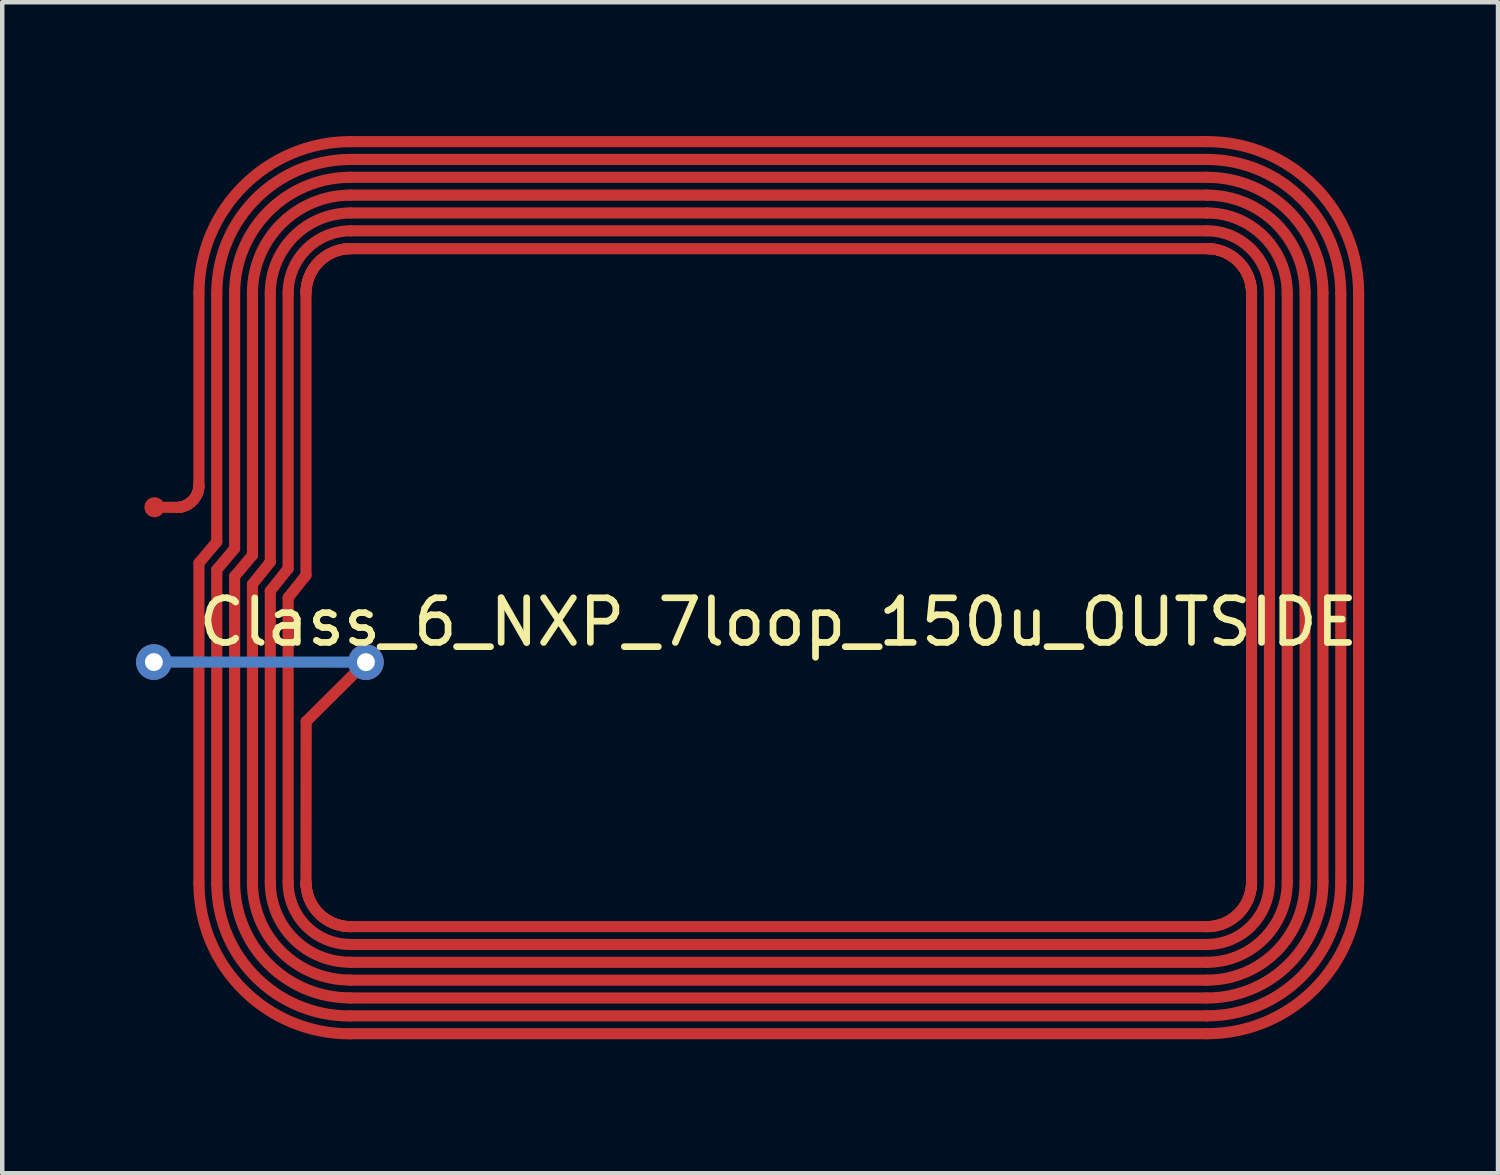
<source format=kicad_pcb>
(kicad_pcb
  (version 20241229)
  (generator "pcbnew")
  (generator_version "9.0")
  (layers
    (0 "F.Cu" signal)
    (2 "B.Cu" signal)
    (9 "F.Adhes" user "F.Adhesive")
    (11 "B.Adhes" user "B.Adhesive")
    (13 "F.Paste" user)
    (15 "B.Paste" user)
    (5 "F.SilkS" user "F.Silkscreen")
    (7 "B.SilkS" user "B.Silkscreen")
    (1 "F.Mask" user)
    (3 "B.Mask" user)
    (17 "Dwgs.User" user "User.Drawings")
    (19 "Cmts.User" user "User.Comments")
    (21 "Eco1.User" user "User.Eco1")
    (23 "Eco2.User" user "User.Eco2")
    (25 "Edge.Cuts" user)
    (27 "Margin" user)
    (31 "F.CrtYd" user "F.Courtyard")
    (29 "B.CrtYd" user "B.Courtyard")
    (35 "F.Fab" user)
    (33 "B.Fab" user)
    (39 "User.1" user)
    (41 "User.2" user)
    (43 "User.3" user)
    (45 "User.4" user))
  (footprint "Class_6_NXP_7loop_150u_OUTSIDE"
    (layer "F.Cu")
    (at 14.4 10.398)
    (property "Reference" "Class_6_NXP_7loop_150u_OUTSIDE" (at 0 0.5 0) (layer "F.SilkS") (effects (font (size 1 1) (thickness 0.15))))
    (attr through_hole)
    (fp_line (start -13.987 -2.076) (end -13.44 -2.073) (stroke (width 0.25) (type solid)) (layer "F.Cu"))
    (fp_line (start -13.446 -2.075) (end -13.425 -2.077) (stroke (width 0.25) (type solid)) (layer "F.Cu"))
    (fp_line (start -13.44 -2.073) (end -13.418 -2.073) (stroke (width 0.25) (type solid)) (layer "F.Cu"))
    (fp_line (start -13.425 -2.077) (end -13.403 -2.081) (stroke (width 0.25) (type solid)) (layer "F.Cu"))
    (fp_line (start -13.418 -2.073) (end -13.396 -2.075) (stroke (width 0.25) (type solid)) (layer "F.Cu"))
    (fp_line (start -13.403 -2.081) (end -13.382 -2.085) (stroke (width 0.25) (type solid)) (layer "F.Cu"))
    (fp_line (start -13.382 -2.085) (end -13.36 -2.09) (stroke (width 0.25) (type solid)) (layer "F.Cu"))
    (fp_line (start -13.36 -2.09) (end -13.34 -2.096) (stroke (width 0.25) (type solid)) (layer "F.Cu"))
    (fp_line (start -13.34 -2.096) (end -13.319 -2.103) (stroke (width 0.25) (type solid)) (layer "F.Cu"))
    (fp_line (start -13.319 -2.103) (end -13.298 -2.111) (stroke (width 0.25) (type solid)) (layer "F.Cu"))
    (fp_line (start -13.298 -2.111) (end -13.279 -2.12) (stroke (width 0.25) (type solid)) (layer "F.Cu"))
    (fp_line (start -13.279 -2.12) (end -13.259 -2.129) (stroke (width 0.25) (type solid)) (layer "F.Cu"))
    (fp_line (start -13.259 -2.129) (end -13.24 -2.14) (stroke (width 0.25) (type solid)) (layer "F.Cu"))
    (fp_line (start -13.24 -2.14) (end -13.221 -2.151) (stroke (width 0.25) (type solid)) (layer "F.Cu"))
    (fp_line (start -13.221 -2.151) (end -13.203 -2.163) (stroke (width 0.25) (type solid)) (layer "F.Cu"))
    (fp_line (start -13.203 -2.163) (end -13.185 -2.176) (stroke (width 0.25) (type solid)) (layer "F.Cu"))
    (fp_line (start -13.185 -2.176) (end -13.168 -2.19) (stroke (width 0.25) (type solid)) (layer "F.Cu"))
    (fp_line (start -13.168 -2.19) (end -13.152 -2.204) (stroke (width 0.25) (type solid)) (layer "F.Cu"))
    (fp_line (start -13.152 -2.204) (end -13.136 -2.22) (stroke (width 0.25) (type solid)) (layer "F.Cu"))
    (fp_line (start -13.136 -2.22) (end -13.121 -2.235) (stroke (width 0.25) (type solid)) (layer "F.Cu"))
    (fp_line (start -13.121 -2.235) (end -13.107 -2.252) (stroke (width 0.25) (type solid)) (layer "F.Cu"))
    (fp_line (start -13.107 -2.252) (end -13.093 -2.269) (stroke (width 0.25) (type solid)) (layer "F.Cu"))
    (fp_line (start -13.093 -2.269) (end -13.08 -2.286) (stroke (width 0.25) (type solid)) (layer "F.Cu"))
    (fp_line (start -13.08 -2.286) (end -13.068 -2.304) (stroke (width 0.25) (type solid)) (layer "F.Cu"))
    (fp_line (start -13.068 -2.304) (end -13.057 -2.323) (stroke (width 0.25) (type solid)) (layer "F.Cu"))
    (fp_line (start -13.057 -2.323) (end -13.046 -2.342) (stroke (width 0.25) (type solid)) (layer "F.Cu"))
    (fp_line (start -13.046 -2.342) (end -13.036 -2.362) (stroke (width 0.25) (type solid)) (layer "F.Cu"))
    (fp_line (start -13.036 -2.362) (end -13.028 -2.382) (stroke (width 0.25) (type solid)) (layer "F.Cu"))
    (fp_line (start -13.028 -2.382) (end -13.02 -2.402) (stroke (width 0.25) (type solid)) (layer "F.Cu"))
    (fp_line (start -13.02 -2.402) (end -13.013 -2.423) (stroke (width 0.25) (type solid)) (layer "F.Cu"))
    (fp_line (start -13.013 -2.423) (end -13.007 -2.444) (stroke (width 0.25) (type solid)) (layer "F.Cu"))
    (fp_line (start -13.007 -2.444) (end -13.002 -2.465) (stroke (width 0.25) (type solid)) (layer "F.Cu"))
    (fp_line (start -13.002 -2.465) (end -12.997 -2.486) (stroke (width 0.25) (type solid)) (layer "F.Cu"))
    (fp_line (start -12.997 -2.486) (end -12.994 -2.508) (stroke (width 0.25) (type solid)) (layer "F.Cu"))
    (fp_line (start -12.994 -2.508) (end -12.992 -2.529) (stroke (width 0.25) (type solid)) (layer "F.Cu"))
    (fp_line (start -12.992 -2.529) (end -12.99 -2.551) (stroke (width 0.25) (type solid)) (layer "F.Cu"))
    (fp_line (start -12.99 -2.551) (end -12.99 -2.573) (stroke (width 0.25) (type solid)) (layer "F.Cu"))
    (fp_line (start -12.99 -6.873) (end -12.99 -2.573) (stroke (width 0.25) (type solid)) (layer "F.Cu"))
    (fp_line (start -12.99 -0.825) (end -12.99 6.35) (stroke (width 0.25) (type solid)) (layer "F.Cu"))
    (fp_line (start -12.99 -0.825) (end -12.59 -1.3) (stroke (width 0.25) (type solid)) (layer "F.Cu"))
    (fp_line (start -12.59 -1.3) (end -12.59 -6.873) (stroke (width 0.25) (type solid)) (layer "F.Cu"))
    (fp_line (start -12.59 -0.675) (end -12.59 6.35) (stroke (width 0.25) (type solid)) (layer "F.Cu"))
    (fp_line (start -12.59 -0.675) (end -12.19 -1.15) (stroke (width 0.25) (type solid)) (layer "F.Cu"))
    (fp_line (start -12.19 -0.525) (end -12.19 6.327) (stroke (width 0.25) (type solid)) (layer "F.Cu"))
    (fp_line (start -12.19 -0.525) (end -11.79 -1) (stroke (width 0.25) (type solid)) (layer "F.Cu"))
    (fp_line (start -12.19 -1.15) (end -12.19 -6.873) (stroke (width 0.25) (type solid)) (layer "F.Cu"))
    (fp_line (start -11.79 -1) (end -11.79 -6.873) (stroke (width 0.25) (type solid)) (layer "F.Cu"))
    (fp_line (start -11.79 -0.35) (end -11.79 6.327) (stroke (width 0.25) (type solid)) (layer "F.Cu"))
    (fp_line (start -11.39 -6.873) (end -11.39 -0.85) (stroke (width 0.25) (type solid)) (layer "F.Cu"))
    (fp_line (start -11.39 -0.85) (end -11.79 -0.35) (stroke (width 0.25) (type solid)) (layer "F.Cu"))
    (fp_line (start -11.39 -0.2) (end -10.99 -0.7) (stroke (width 0.25) (type solid)) (layer "F.Cu"))
    (fp_line (start -11.39 6.327) (end -11.39 -0.2) (stroke (width 0.25) (type solid)) (layer "F.Cu"))
    (fp_line (start -10.99 -0.7) (end -10.99 -6.873) (stroke (width 0.25) (type solid)) (layer "F.Cu"))
    (fp_line (start -10.99 -0.05) (end -10.99 6.327) (stroke (width 0.25) (type solid)) (layer "F.Cu"))
    (fp_line (start -10.59 -6.873) (end -10.59 -0.55) (stroke (width 0.25) (type solid)) (layer "F.Cu"))
    (fp_line (start -10.59 -0.55) (end -10.99 -0.05) (stroke (width 0.25) (type solid)) (layer "F.Cu"))
    (fp_line (start -10.59 6.327) (end -10.589 6.358) (stroke (width 0.25) (type solid)) (layer "F.Cu"))
    (fp_line (start -10.59 6.327) (end -10.586 2.727) (stroke (width 0.25) (type solid)) (layer "F.Cu"))
    (fp_line (start -10.589 -6.904) (end -10.59 -6.873) (stroke (width 0.25) (type solid)) (layer "F.Cu"))
    (fp_line (start -10.589 6.358) (end -10.588 6.39) (stroke (width 0.25) (type solid)) (layer "F.Cu"))
    (fp_line (start -10.588 -6.936) (end -10.589 -6.904) (stroke (width 0.25) (type solid)) (layer "F.Cu"))
    (fp_line (start -10.588 6.39) (end -10.586 6.421) (stroke (width 0.25) (type solid)) (layer "F.Cu"))
    (fp_line (start -10.586 2.727) (end -9.25 1.4) (stroke (width 0.25) (type solid)) (layer "F.Cu"))
    (fp_line (start -10.586 -6.967) (end -10.588 -6.936) (stroke (width 0.25) (type solid)) (layer "F.Cu"))
    (fp_line (start -10.586 6.421) (end -10.582 6.452) (stroke (width 0.25) (type solid)) (layer "F.Cu"))
    (fp_line (start -10.582 -6.998) (end -10.586 -6.967) (stroke (width 0.25) (type solid)) (layer "F.Cu"))
    (fp_line (start -10.582 6.452) (end -10.578 6.483) (stroke (width 0.25) (type solid)) (layer "F.Cu"))
    (fp_line (start -10.578 -7.029) (end -10.582 -6.998) (stroke (width 0.25) (type solid)) (layer "F.Cu"))
    (fp_line (start -10.578 6.483) (end -10.572 6.514) (stroke (width 0.25) (type solid)) (layer "F.Cu"))
    (fp_line (start -10.572 -7.06) (end -10.578 -7.029) (stroke (width 0.25) (type solid)) (layer "F.Cu"))
    (fp_line (start -10.572 6.514) (end -10.566 6.545) (stroke (width 0.25) (type solid)) (layer "F.Cu"))
    (fp_line (start -10.566 -7.091) (end -10.572 -7.06) (stroke (width 0.25) (type solid)) (layer "F.Cu"))
    (fp_line (start -10.566 6.545) (end -10.558 6.576) (stroke (width 0.25) (type solid)) (layer "F.Cu"))
    (fp_line (start -10.558 -7.122) (end -10.566 -7.091) (stroke (width 0.25) (type solid)) (layer "F.Cu"))
    (fp_line (start -10.558 6.576) (end -10.55 6.606) (stroke (width 0.25) (type solid)) (layer "F.Cu"))
    (fp_line (start -10.55 -7.152) (end -10.558 -7.122) (stroke (width 0.25) (type solid)) (layer "F.Cu"))
    (fp_line (start -10.55 6.606) (end -10.541 6.636) (stroke (width 0.25) (type solid)) (layer "F.Cu"))
    (fp_line (start -10.541 -7.182) (end -10.55 -7.152) (stroke (width 0.25) (type solid)) (layer "F.Cu"))
    (fp_line (start -10.541 6.636) (end -10.531 6.666) (stroke (width 0.25) (type solid)) (layer "F.Cu"))
    (fp_line (start -10.531 -7.212) (end -10.541 -7.182) (stroke (width 0.25) (type solid)) (layer "F.Cu"))
    (fp_line (start -10.531 6.666) (end -10.52 6.695) (stroke (width 0.25) (type solid)) (layer "F.Cu"))
    (fp_line (start -10.52 -7.241) (end -10.531 -7.212) (stroke (width 0.25) (type solid)) (layer "F.Cu"))
    (fp_line (start -10.52 6.695) (end -10.508 6.724) (stroke (width 0.25) (type solid)) (layer "F.Cu"))
    (fp_line (start -10.508 -7.27) (end -10.52 -7.241) (stroke (width 0.25) (type solid)) (layer "F.Cu"))
    (fp_line (start -10.508 6.724) (end -10.495 6.753) (stroke (width 0.25) (type solid)) (layer "F.Cu"))
    (fp_line (start -10.495 -7.299) (end -10.508 -7.27) (stroke (width 0.25) (type solid)) (layer "F.Cu"))
    (fp_line (start -10.495 6.753) (end -10.481 6.781) (stroke (width 0.25) (type solid)) (layer "F.Cu"))
    (fp_line (start -10.481 -7.327) (end -10.495 -7.299) (stroke (width 0.25) (type solid)) (layer "F.Cu"))
    (fp_line (start -10.481 6.781) (end -10.466 6.809) (stroke (width 0.25) (type solid)) (layer "F.Cu"))
    (fp_line (start -10.466 -7.355) (end -10.481 -7.327) (stroke (width 0.25) (type solid)) (layer "F.Cu"))
    (fp_line (start -10.466 6.809) (end -10.451 6.836) (stroke (width 0.25) (type solid)) (layer "F.Cu"))
    (fp_line (start -10.451 -7.382) (end -10.466 -7.355) (stroke (width 0.25) (type solid)) (layer "F.Cu"))
    (fp_line (start -10.451 6.836) (end -10.434 6.863) (stroke (width 0.25) (type solid)) (layer "F.Cu"))
    (fp_line (start -10.434 -7.409) (end -10.451 -7.382) (stroke (width 0.25) (type solid)) (layer "F.Cu"))
    (fp_line (start -10.434 6.863) (end -10.417 6.889) (stroke (width 0.25) (type solid)) (layer "F.Cu"))
    (fp_line (start -10.417 -7.435) (end -10.434 -7.409) (stroke (width 0.25) (type solid)) (layer "F.Cu"))
    (fp_line (start -10.417 6.889) (end -10.399 6.915) (stroke (width 0.25) (type solid)) (layer "F.Cu"))
    (fp_line (start -10.399 -7.461) (end -10.417 -7.435) (stroke (width 0.25) (type solid)) (layer "F.Cu"))
    (fp_line (start -10.399 6.915) (end -10.38 6.94) (stroke (width 0.25) (type solid)) (layer "F.Cu"))
    (fp_line (start -10.38 -7.486) (end -10.399 -7.461) (stroke (width 0.25) (type solid)) (layer "F.Cu"))
    (fp_line (start -10.38 6.94) (end -10.361 6.965) (stroke (width 0.25) (type solid)) (layer "F.Cu"))
    (fp_line (start -10.361 -7.51) (end -10.38 -7.486) (stroke (width 0.25) (type solid)) (layer "F.Cu"))
    (fp_line (start -10.361 6.965) (end -10.34 6.988) (stroke (width 0.25) (type solid)) (layer "F.Cu"))
    (fp_line (start -10.34 -7.534) (end -10.361 -7.51) (stroke (width 0.25) (type solid)) (layer "F.Cu"))
    (fp_line (start -10.34 6.988) (end -10.319 7.012) (stroke (width 0.25) (type solid)) (layer "F.Cu"))
    (fp_line (start -10.319 -7.557) (end -10.34 -7.534) (stroke (width 0.25) (type solid)) (layer "F.Cu"))
    (fp_line (start -10.319 7.012) (end -10.297 7.034) (stroke (width 0.25) (type solid)) (layer "F.Cu"))
    (fp_line (start -10.297 -7.58) (end -10.319 -7.557) (stroke (width 0.25) (type solid)) (layer "F.Cu"))
    (fp_line (start -10.297 7.034) (end -10.274 7.056) (stroke (width 0.25) (type solid)) (layer "F.Cu"))
    (fp_line (start -10.274 -7.602) (end -10.297 -7.58) (stroke (width 0.25) (type solid)) (layer "F.Cu"))
    (fp_line (start -10.274 7.056) (end -10.251 7.077) (stroke (width 0.25) (type solid)) (layer "F.Cu"))
    (fp_line (start -10.251 -7.623) (end -10.274 -7.602) (stroke (width 0.25) (type solid)) (layer "F.Cu"))
    (fp_line (start -10.251 7.077) (end -10.228 7.098) (stroke (width 0.25) (type solid)) (layer "F.Cu"))
    (fp_line (start -10.228 -7.644) (end -10.251 -7.623) (stroke (width 0.25) (type solid)) (layer "F.Cu"))
    (fp_line (start -10.228 7.098) (end -10.203 7.117) (stroke (width 0.25) (type solid)) (layer "F.Cu"))
    (fp_line (start -10.203 -7.663) (end -10.228 -7.644) (stroke (width 0.25) (type solid)) (layer "F.Cu"))
    (fp_line (start -10.203 7.117) (end -10.178 7.136) (stroke (width 0.25) (type solid)) (layer "F.Cu"))
    (fp_line (start -10.178 -7.682) (end -10.203 -7.663) (stroke (width 0.25) (type solid)) (layer "F.Cu"))
    (fp_line (start -10.178 7.136) (end -10.152 7.154) (stroke (width 0.25) (type solid)) (layer "F.Cu"))
    (fp_line (start -10.152 -7.7) (end -10.178 -7.682) (stroke (width 0.25) (type solid)) (layer "F.Cu"))
    (fp_line (start -10.152 7.154) (end -10.126 7.171) (stroke (width 0.25) (type solid)) (layer "F.Cu"))
    (fp_line (start -10.126 -7.717) (end -10.152 -7.7) (stroke (width 0.25) (type solid)) (layer "F.Cu"))
    (fp_line (start -10.126 7.171) (end -10.099 7.188) (stroke (width 0.25) (type solid)) (layer "F.Cu"))
    (fp_line (start -10.099 -7.734) (end -10.126 -7.717) (stroke (width 0.25) (type solid)) (layer "F.Cu"))
    (fp_line (start -10.099 7.188) (end -10.072 7.203) (stroke (width 0.25) (type solid)) (layer "F.Cu"))
    (fp_line (start -10.072 -7.749) (end -10.099 -7.734) (stroke (width 0.25) (type solid)) (layer "F.Cu"))
    (fp_line (start -10.072 7.203) (end -10.044 7.218) (stroke (width 0.25) (type solid)) (layer "F.Cu"))
    (fp_line (start -10.044 -7.764) (end -10.072 -7.749) (stroke (width 0.25) (type solid)) (layer "F.Cu"))
    (fp_line (start -10.044 7.218) (end -10.016 7.232) (stroke (width 0.25) (type solid)) (layer "F.Cu"))
    (fp_line (start -10.016 -7.778) (end -10.044 -7.764) (stroke (width 0.25) (type solid)) (layer "F.Cu"))
    (fp_line (start -10.016 7.232) (end -9.987 7.245) (stroke (width 0.25) (type solid)) (layer "F.Cu"))
    (fp_line (start -9.987 -7.791) (end -10.016 -7.778) (stroke (width 0.25) (type solid)) (layer "F.Cu"))
    (fp_line (start -9.987 7.245) (end -9.958 7.257) (stroke (width 0.25) (type solid)) (layer "F.Cu"))
    (fp_line (start -9.958 -7.803) (end -9.987 -7.791) (stroke (width 0.25) (type solid)) (layer "F.Cu"))
    (fp_line (start -9.958 7.257) (end -9.929 7.268) (stroke (width 0.25) (type solid)) (layer "F.Cu"))
    (fp_line (start -9.929 -7.814) (end -9.958 -7.803) (stroke (width 0.25) (type solid)) (layer "F.Cu"))
    (fp_line (start -9.929 7.268) (end -9.899 7.278) (stroke (width 0.25) (type solid)) (layer "F.Cu"))
    (fp_line (start -9.899 -7.824) (end -9.929 -7.814) (stroke (width 0.25) (type solid)) (layer "F.Cu"))
    (fp_line (start -9.899 7.278) (end -9.869 7.287) (stroke (width 0.25) (type solid)) (layer "F.Cu"))
    (fp_line (start -9.869 -7.833) (end -9.899 -7.824) (stroke (width 0.25) (type solid)) (layer "F.Cu"))
    (fp_line (start -9.869 7.287) (end -9.839 7.295) (stroke (width 0.25) (type solid)) (layer "F.Cu"))
    (fp_line (start -9.839 -7.841) (end -9.869 -7.833) (stroke (width 0.25) (type solid)) (layer "F.Cu"))
    (fp_line (start -9.839 7.295) (end -9.808 7.303) (stroke (width 0.25) (type solid)) (layer "F.Cu"))
    (fp_line (start -9.808 -7.849) (end -9.839 -7.841) (stroke (width 0.25) (type solid)) (layer "F.Cu"))
    (fp_line (start -9.808 7.303) (end -9.777 7.309) (stroke (width 0.25) (type solid)) (layer "F.Cu"))
    (fp_line (start -9.777 -7.855) (end -9.808 -7.849) (stroke (width 0.25) (type solid)) (layer "F.Cu"))
    (fp_line (start -9.777 7.309) (end -9.746 7.315) (stroke (width 0.25) (type solid)) (layer "F.Cu"))
    (fp_line (start -9.746 -7.861) (end -9.777 -7.855) (stroke (width 0.25) (type solid)) (layer "F.Cu"))
    (fp_line (start -9.746 7.315) (end -9.715 7.319) (stroke (width 0.25) (type solid)) (layer "F.Cu"))
    (fp_line (start -9.715 -7.865) (end -9.746 -7.861) (stroke (width 0.25) (type solid)) (layer "F.Cu"))
    (fp_line (start -9.715 7.319) (end -9.684 7.323) (stroke (width 0.25) (type solid)) (layer "F.Cu"))
    (fp_line (start -9.684 -7.869) (end -9.715 -7.865) (stroke (width 0.25) (type solid)) (layer "F.Cu"))
    (fp_line (start -9.684 7.323) (end -9.653 7.325) (stroke (width 0.25) (type solid)) (layer "F.Cu"))
    (fp_line (start -9.653 -7.871) (end -9.684 -7.869) (stroke (width 0.25) (type solid)) (layer "F.Cu"))
    (fp_line (start -9.653 7.325) (end -9.621 7.326) (stroke (width 0.25) (type solid)) (layer "F.Cu"))
    (fp_line (start -9.621 -7.872) (end -9.653 -7.871) (stroke (width 0.25) (type solid)) (layer "F.Cu"))
    (fp_line (start -9.621 7.326) (end -9.59 7.327) (stroke (width 0.25) (type solid)) (layer "F.Cu"))
    (fp_line (start -9.61 8.927) (end 9.61 8.927) (stroke (width 0.25) (type solid)) (layer "F.Cu"))
    (fp_line (start -9.61 9.727) (end 9.6 9.727) (stroke (width 0.25) (type solid)) (layer "F.Cu"))
    (fp_line (start -9.6 9.327) (end 9.61 9.327) (stroke (width 0.25) (type solid)) (layer "F.Cu"))
    (fp_line (start -9.59 -9.073) (end 9.61 -9.073) (stroke (width 0.25) (type solid)) (layer "F.Cu"))
    (fp_line (start -9.59 -8.273) (end 9.61 -8.273) (stroke (width 0.25) (type solid)) (layer "F.Cu"))
    (fp_line (start -9.59 -7.873) (end -9.621 -7.872) (stroke (width 0.25) (type solid)) (layer "F.Cu"))
    (fp_line (start -9.59 7.327) (end 9.61 7.327) (stroke (width 0.25) (type solid)) (layer "F.Cu"))
    (fp_line (start -9.59 8.127) (end 9.61 8.127) (stroke (width 0.25) (type solid)) (layer "F.Cu"))
    (fp_line (start 9.61 -10.273) (end -9.59 -10.273) (stroke (width 0.25) (type solid)) (layer "F.Cu"))
    (fp_line (start 9.61 -9.873) (end -9.59 -9.873) (stroke (width 0.25) (type solid)) (layer "F.Cu"))
    (fp_line (start 9.61 -9.473) (end -9.59 -9.473) (stroke (width 0.25) (type solid)) (layer "F.Cu"))
    (fp_line (start 9.61 -8.673) (end -9.59 -8.673) (stroke (width 0.25) (type solid)) (layer "F.Cu"))
    (fp_line (start 9.61 -7.873) (end -9.59 -7.873) (stroke (width 0.25) (type solid)) (layer "F.Cu"))
    (fp_line (start 9.61 7.327) (end 9.641 7.326) (stroke (width 0.25) (type solid)) (layer "F.Cu"))
    (fp_line (start 9.61 7.727) (end -9.59 7.727) (stroke (width 0.25) (type solid)) (layer "F.Cu"))
    (fp_line (start 9.61 8.527) (end -9.59 8.527) (stroke (width 0.25) (type solid)) (layer "F.Cu"))
    (fp_line (start 9.641 -7.872) (end 9.61 -7.873) (stroke (width 0.25) (type solid)) (layer "F.Cu"))
    (fp_line (start 9.641 7.326) (end 9.673 7.325) (stroke (width 0.25) (type solid)) (layer "F.Cu"))
    (fp_line (start 9.673 -7.871) (end 9.641 -7.872) (stroke (width 0.25) (type solid)) (layer "F.Cu"))
    (fp_line (start 9.673 7.325) (end 9.704 7.323) (stroke (width 0.25) (type solid)) (layer "F.Cu"))
    (fp_line (start 9.704 -7.869) (end 9.673 -7.871) (stroke (width 0.25) (type solid)) (layer "F.Cu"))
    (fp_line (start 9.704 7.323) (end 9.735 7.319) (stroke (width 0.25) (type solid)) (layer "F.Cu"))
    (fp_line (start 9.735 -7.865) (end 9.704 -7.869) (stroke (width 0.25) (type solid)) (layer "F.Cu"))
    (fp_line (start 9.735 7.319) (end 9.766 7.315) (stroke (width 0.25) (type solid)) (layer "F.Cu"))
    (fp_line (start 9.766 -7.861) (end 9.735 -7.865) (stroke (width 0.25) (type solid)) (layer "F.Cu"))
    (fp_line (start 9.766 7.315) (end 9.797 7.309) (stroke (width 0.25) (type solid)) (layer "F.Cu"))
    (fp_line (start 9.797 -7.855) (end 9.766 -7.861) (stroke (width 0.25) (type solid)) (layer "F.Cu"))
    (fp_line (start 9.797 7.309) (end 9.828 7.303) (stroke (width 0.25) (type solid)) (layer "F.Cu"))
    (fp_line (start 9.828 -7.849) (end 9.797 -7.855) (stroke (width 0.25) (type solid)) (layer "F.Cu"))
    (fp_line (start 9.828 7.303) (end 9.859 7.295) (stroke (width 0.25) (type solid)) (layer "F.Cu"))
    (fp_line (start 9.859 -7.841) (end 9.828 -7.849) (stroke (width 0.25) (type solid)) (layer "F.Cu"))
    (fp_line (start 9.859 7.295) (end 9.889 7.287) (stroke (width 0.25) (type solid)) (layer "F.Cu"))
    (fp_line (start 9.889 -7.833) (end 9.859 -7.841) (stroke (width 0.25) (type solid)) (layer "F.Cu"))
    (fp_line (start 9.889 7.287) (end 9.919 7.278) (stroke (width 0.25) (type solid)) (layer "F.Cu"))
    (fp_line (start 9.919 -7.824) (end 9.889 -7.833) (stroke (width 0.25) (type solid)) (layer "F.Cu"))
    (fp_line (start 9.919 7.278) (end 9.949 7.268) (stroke (width 0.25) (type solid)) (layer "F.Cu"))
    (fp_line (start 9.949 -7.814) (end 9.919 -7.824) (stroke (width 0.25) (type solid)) (layer "F.Cu"))
    (fp_line (start 9.949 7.268) (end 9.978 7.257) (stroke (width 0.25) (type solid)) (layer "F.Cu"))
    (fp_line (start 9.978 -7.803) (end 9.949 -7.814) (stroke (width 0.25) (type solid)) (layer "F.Cu"))
    (fp_line (start 9.978 7.257) (end 10.007 7.245) (stroke (width 0.25) (type solid)) (layer "F.Cu"))
    (fp_line (start 10.007 -7.791) (end 9.978 -7.803) (stroke (width 0.25) (type solid)) (layer "F.Cu"))
    (fp_line (start 10.007 7.245) (end 10.036 7.232) (stroke (width 0.25) (type solid)) (layer "F.Cu"))
    (fp_line (start 10.036 -7.778) (end 10.007 -7.791) (stroke (width 0.25) (type solid)) (layer "F.Cu"))
    (fp_line (start 10.036 7.232) (end 10.064 7.218) (stroke (width 0.25) (type solid)) (layer "F.Cu"))
    (fp_line (start 10.064 -7.764) (end 10.036 -7.778) (stroke (width 0.25) (type solid)) (layer "F.Cu"))
    (fp_line (start 10.064 7.218) (end 10.092 7.203) (stroke (width 0.25) (type solid)) (layer "F.Cu"))
    (fp_line (start 10.092 -7.749) (end 10.064 -7.764) (stroke (width 0.25) (type solid)) (layer "F.Cu"))
    (fp_line (start 10.092 7.203) (end 10.119 7.188) (stroke (width 0.25) (type solid)) (layer "F.Cu"))
    (fp_line (start 10.119 -7.734) (end 10.092 -7.749) (stroke (width 0.25) (type solid)) (layer "F.Cu"))
    (fp_line (start 10.119 7.188) (end 10.146 7.171) (stroke (width 0.25) (type solid)) (layer "F.Cu"))
    (fp_line (start 10.146 -7.717) (end 10.119 -7.734) (stroke (width 0.25) (type solid)) (layer "F.Cu"))
    (fp_line (start 10.146 7.171) (end 10.172 7.154) (stroke (width 0.25) (type solid)) (layer "F.Cu"))
    (fp_line (start 10.172 -7.7) (end 10.146 -7.717) (stroke (width 0.25) (type solid)) (layer "F.Cu"))
    (fp_line (start 10.172 7.154) (end 10.198 7.136) (stroke (width 0.25) (type solid)) (layer "F.Cu"))
    (fp_line (start 10.198 -7.682) (end 10.172 -7.7) (stroke (width 0.25) (type solid)) (layer "F.Cu"))
    (fp_line (start 10.198 7.136) (end 10.223 7.117) (stroke (width 0.25) (type solid)) (layer "F.Cu"))
    (fp_line (start 10.223 -7.663) (end 10.198 -7.682) (stroke (width 0.25) (type solid)) (layer "F.Cu"))
    (fp_line (start 10.223 7.117) (end 10.247 7.098) (stroke (width 0.25) (type solid)) (layer "F.Cu"))
    (fp_line (start 10.247 -7.644) (end 10.223 -7.663) (stroke (width 0.25) (type solid)) (layer "F.Cu"))
    (fp_line (start 10.247 7.098) (end 10.271 7.077) (stroke (width 0.25) (type solid)) (layer "F.Cu"))
    (fp_line (start 10.271 -7.623) (end 10.247 -7.644) (stroke (width 0.25) (type solid)) (layer "F.Cu"))
    (fp_line (start 10.271 7.077) (end 10.294 7.056) (stroke (width 0.25) (type solid)) (layer "F.Cu"))
    (fp_line (start 10.294 -7.602) (end 10.271 -7.623) (stroke (width 0.25) (type solid)) (layer "F.Cu"))
    (fp_line (start 10.294 7.056) (end 10.317 7.034) (stroke (width 0.25) (type solid)) (layer "F.Cu"))
    (fp_line (start 10.317 -7.58) (end 10.294 -7.602) (stroke (width 0.25) (type solid)) (layer "F.Cu"))
    (fp_line (start 10.317 7.034) (end 10.339 7.012) (stroke (width 0.25) (type solid)) (layer "F.Cu"))
    (fp_line (start 10.339 -7.557) (end 10.317 -7.58) (stroke (width 0.25) (type solid)) (layer "F.Cu"))
    (fp_line (start 10.339 7.012) (end 10.36 6.988) (stroke (width 0.25) (type solid)) (layer "F.Cu"))
    (fp_line (start 10.36 -7.534) (end 10.339 -7.557) (stroke (width 0.25) (type solid)) (layer "F.Cu"))
    (fp_line (start 10.36 6.988) (end 10.381 6.965) (stroke (width 0.25) (type solid)) (layer "F.Cu"))
    (fp_line (start 10.381 -7.51) (end 10.36 -7.534) (stroke (width 0.25) (type solid)) (layer "F.Cu"))
    (fp_line (start 10.381 6.965) (end 10.4 6.94) (stroke (width 0.25) (type solid)) (layer "F.Cu"))
    (fp_line (start 10.4 -7.486) (end 10.381 -7.51) (stroke (width 0.25) (type solid)) (layer "F.Cu"))
    (fp_line (start 10.4 6.94) (end 10.419 6.915) (stroke (width 0.25) (type solid)) (layer "F.Cu"))
    (fp_line (start 10.419 -7.461) (end 10.4 -7.486) (stroke (width 0.25) (type solid)) (layer "F.Cu"))
    (fp_line (start 10.419 6.915) (end 10.437 6.889) (stroke (width 0.25) (type solid)) (layer "F.Cu"))
    (fp_line (start 10.437 -7.435) (end 10.419 -7.461) (stroke (width 0.25) (type solid)) (layer "F.Cu"))
    (fp_line (start 10.437 6.889) (end 10.454 6.863) (stroke (width 0.25) (type solid)) (layer "F.Cu"))
    (fp_line (start 10.454 -7.409) (end 10.437 -7.435) (stroke (width 0.25) (type solid)) (layer "F.Cu"))
    (fp_line (start 10.454 6.863) (end 10.471 6.836) (stroke (width 0.25) (type solid)) (layer "F.Cu"))
    (fp_line (start 10.471 -7.382) (end 10.454 -7.409) (stroke (width 0.25) (type solid)) (layer "F.Cu"))
    (fp_line (start 10.471 6.836) (end 10.486 6.809) (stroke (width 0.25) (type solid)) (layer "F.Cu"))
    (fp_line (start 10.486 -7.355) (end 10.471 -7.382) (stroke (width 0.25) (type solid)) (layer "F.Cu"))
    (fp_line (start 10.486 6.809) (end 10.501 6.781) (stroke (width 0.25) (type solid)) (layer "F.Cu"))
    (fp_line (start 10.501 -7.327) (end 10.486 -7.355) (stroke (width 0.25) (type solid)) (layer "F.Cu"))
    (fp_line (start 10.501 6.781) (end 10.515 6.753) (stroke (width 0.25) (type solid)) (layer "F.Cu"))
    (fp_line (start 10.515 -7.299) (end 10.501 -7.327) (stroke (width 0.25) (type solid)) (layer "F.Cu"))
    (fp_line (start 10.515 6.753) (end 10.528 6.724) (stroke (width 0.25) (type solid)) (layer "F.Cu"))
    (fp_line (start 10.528 -7.27) (end 10.515 -7.299) (stroke (width 0.25) (type solid)) (layer "F.Cu"))
    (fp_line (start 10.528 6.724) (end 10.54 6.695) (stroke (width 0.25) (type solid)) (layer "F.Cu"))
    (fp_line (start 10.54 -7.241) (end 10.528 -7.27) (stroke (width 0.25) (type solid)) (layer "F.Cu"))
    (fp_line (start 10.54 6.695) (end 10.551 6.666) (stroke (width 0.25) (type solid)) (layer "F.Cu"))
    (fp_line (start 10.551 -7.212) (end 10.54 -7.241) (stroke (width 0.25) (type solid)) (layer "F.Cu"))
    (fp_line (start 10.551 6.666) (end 10.561 6.636) (stroke (width 0.25) (type solid)) (layer "F.Cu"))
    (fp_line (start 10.561 -7.182) (end 10.551 -7.212) (stroke (width 0.25) (type solid)) (layer "F.Cu"))
    (fp_line (start 10.561 6.636) (end 10.57 6.606) (stroke (width 0.25) (type solid)) (layer "F.Cu"))
    (fp_line (start 10.57 -7.152) (end 10.561 -7.182) (stroke (width 0.25) (type solid)) (layer "F.Cu"))
    (fp_line (start 10.57 6.606) (end 10.578 6.576) (stroke (width 0.25) (type solid)) (layer "F.Cu"))
    (fp_line (start 10.578 -7.122) (end 10.57 -7.152) (stroke (width 0.25) (type solid)) (layer "F.Cu"))
    (fp_line (start 10.578 6.576) (end 10.586 6.545) (stroke (width 0.25) (type solid)) (layer "F.Cu"))
    (fp_line (start 10.586 -7.091) (end 10.578 -7.122) (stroke (width 0.25) (type solid)) (layer "F.Cu"))
    (fp_line (start 10.586 6.545) (end 10.592 6.514) (stroke (width 0.25) (type solid)) (layer "F.Cu"))
    (fp_line (start 10.592 -7.06) (end 10.586 -7.091) (stroke (width 0.25) (type solid)) (layer "F.Cu"))
    (fp_line (start 10.592 6.514) (end 10.598 6.483) (stroke (width 0.25) (type solid)) (layer "F.Cu"))
    (fp_line (start 10.598 -7.029) (end 10.592 -7.06) (stroke (width 0.25) (type solid)) (layer "F.Cu"))
    (fp_line (start 10.598 6.483) (end 10.602 6.452) (stroke (width 0.25) (type solid)) (layer "F.Cu"))
    (fp_line (start 10.602 -6.998) (end 10.598 -7.029) (stroke (width 0.25) (type solid)) (layer "F.Cu"))
    (fp_line (start 10.602 6.452) (end 10.606 6.421) (stroke (width 0.25) (type solid)) (layer "F.Cu"))
    (fp_line (start 10.606 -6.967) (end 10.602 -6.998) (stroke (width 0.25) (type solid)) (layer "F.Cu"))
    (fp_line (start 10.606 6.421) (end 10.608 6.39) (stroke (width 0.25) (type solid)) (layer "F.Cu"))
    (fp_line (start 10.608 -6.936) (end 10.606 -6.967) (stroke (width 0.25) (type solid)) (layer "F.Cu"))
    (fp_line (start 10.608 6.39) (end 10.609 6.358) (stroke (width 0.25) (type solid)) (layer "F.Cu"))
    (fp_line (start 10.609 -6.904) (end 10.608 -6.936) (stroke (width 0.25) (type solid)) (layer "F.Cu"))
    (fp_line (start 10.609 6.358) (end 10.61 6.327) (stroke (width 0.25) (type solid)) (layer "F.Cu"))
    (fp_line (start 10.61 -6.873) (end 10.609 -6.904) (stroke (width 0.25) (type solid)) (layer "F.Cu"))
    (fp_line (start 10.61 6.327) (end 10.61 -6.873) (stroke (width 0.25) (type solid)) (layer "F.Cu"))
    (fp_line (start 11.01 -6.873) (end 11.01 6.327) (stroke (width 0.25) (type solid)) (layer "F.Cu"))
    (fp_line (start 11.41 6.327) (end 11.41 -6.873) (stroke (width 0.25) (type solid)) (layer "F.Cu"))
    (fp_line (start 11.81 -6.873) (end 11.81 6.327) (stroke (width 0.25) (type solid)) (layer "F.Cu"))
    (fp_line (start 12.21 6.327) (end 12.21 -6.873) (stroke (width 0.25) (type solid)) (layer "F.Cu"))
    (fp_line (start 12.61 6.327) (end 12.61 -6.873) (stroke (width 0.25) (type solid)) (layer "F.Cu"))
    (fp_line (start 13.01 6.327) (end 13.01 -6.873) (stroke (width 0.25) (type solid)) (layer "F.Cu"))
    (fp_arc (start -12.99002 -6.87288) (mid -11.994168 -9.277078) (end -9.58997 -10.27293) (stroke (width 0.24994) (type solid)) (layer "F.Cu"))
    (fp_arc (start -12.59002 -6.87288) (mid -11.711326 -8.994236) (end -9.58997 -9.87293) (stroke (width 0.24994) (type solid)) (layer "F.Cu"))
    (fp_arc (start -12.19002 -6.87288) (mid -11.428483 -8.711393) (end -9.58997 -9.47293) (stroke (width 0.24994) (type solid)) (layer "F.Cu"))
    (fp_arc (start -11.79001 -6.87288) (mid -11.145633 -8.428543) (end -9.58997 -9.07292) (stroke (width 0.24994) (type solid)) (layer "F.Cu"))
    (fp_arc (start -11.38999 -6.87288) (mid -10.862776 -8.145686) (end -9.58997 -8.6729) (stroke (width 0.24994) (type solid)) (layer "F.Cu"))
    (fp_arc (start -10.98998 -6.87288) (mid -10.579927 -7.862837) (end -9.58997 -8.27289) (stroke (width 0.24994) (type solid)) (layer "F.Cu"))
    (fp_arc (start -9.605017 9.330034) (mid -11.710128 8.464258) (end -12.59 6.365) (stroke (width 0.24994) (type solid)) (layer "F.Cu"))
    (fp_arc (start -9.604346 9.730029) (mid -11.992731 8.747336) (end -12.99 6.365) (stroke (width 0.24994) (type solid)) (layer "F.Cu"))
    (fp_arc (start -9.597678 7.725001) (mid -10.584889 7.315867) (end -10.98998 6.32699) (stroke (width 0.24994) (type solid)) (layer "F.Cu"))
    (fp_arc (start -9.59701 8.125005) (mid -10.8675 7.59895) (end -11.38999 6.32699) (stroke (width 0.24994) (type solid)) (layer "F.Cu"))
    (fp_arc (start -9.596342 8.525012) (mid -11.150112 7.882035) (end -11.79 6.32699) (stroke (width 0.24994) (type solid)) (layer "F.Cu"))
    (fp_arc (start -9.595672 8.925019) (mid -11.432724 8.16512) (end -12.19001 6.32699) (stroke (width 0.24994) (type solid)) (layer "F.Cu"))
    (fp_arc (start 9.60989 -10.27293) (mid 12.014088 -9.277078) (end 13.00994 -6.87288) (stroke (width 0.24994) (type solid)) (layer "F.Cu"))
    (fp_arc (start 9.60989 -9.87293) (mid 11.731246 -8.994236) (end 12.60994 -6.87288) (stroke (width 0.24994) (type solid)) (layer "F.Cu"))
    (fp_arc (start 9.60989 -9.47293) (mid 11.448403 -8.711393) (end 12.20994 -6.87288) (stroke (width 0.24994) (type solid)) (layer "F.Cu"))
    (fp_arc (start 9.60989 -9.07292) (mid 11.165553 -8.428543) (end 11.80993 -6.87288) (stroke (width 0.24994) (type solid)) (layer "F.Cu"))
    (fp_arc (start 9.60989 -8.6729) (mid 10.882696 -8.145686) (end 11.40991 -6.87288) (stroke (width 0.24994) (type solid)) (layer "F.Cu"))
    (fp_arc (start 9.60989 -8.27289) (mid 10.599847 -7.862837) (end 11.0099 -6.87288) (stroke (width 0.24994) (type solid)) (layer "F.Cu"))
    (fp_arc (start 11.0099 6.32699) (mid 10.60016 7.31619) (end 9.61096 7.72593) (stroke (width 0.24994) (type solid)) (layer "F.Cu"))
    (fp_arc (start 11.40992 6.32699) (mid 10.883017 7.599047) (end 9.61096 8.12595) (stroke (width 0.24994) (type solid)) (layer "F.Cu"))
    (fp_arc (start 11.80993 6.32699) (mid 11.165553 7.882653) (end 9.60989 8.52703) (stroke (width 0.24994) (type solid)) (layer "F.Cu"))
    (fp_arc (start 12.20994 6.30398) (mid 11.456592 8.157422) (end 9.60989 8.927142) (stroke (width 0.24994) (type solid)) (layer "F.Cu"))
    (fp_arc (start 12.60994 6.32699) (mid 11.731246 8.448346) (end 9.60989 9.32704) (stroke (width 0.24994) (type solid)) (layer "F.Cu"))
    (fp_arc (start 13.00994 6.32699) (mid 12.014088 8.731188) (end 9.60989 9.72704) (stroke (width 0.24994) (type solid)) (layer "F.Cu"))
    (fp_line (start -9.246 1.397) (end -14 1.395) (stroke (width 0.25) (type solid)) (layer "B.Cu"))
    (pad "1" smd circle (at -13.987 -2.076) (size 0.45 0.45) (layers "F.Cu" "F.Mask" "F.Paste"))
    (pad "2" thru_hole circle (at -14 1.395) (size 0.8 0.8) (drill 0.4) (layers "*.Cu" "*.Mask"))
    (pad "3" thru_hole circle (at -9.246 1.397) (size 0.8 0.8) (drill 0.4) (layers "*.Cu" "*.Mask")))
  (gr_rect
    (start -3 -3)
    (end 30.535 23.253)
    (stroke (width 0.1) (type default))
    (fill no)
    (layer "Edge.Cuts")))
</source>
